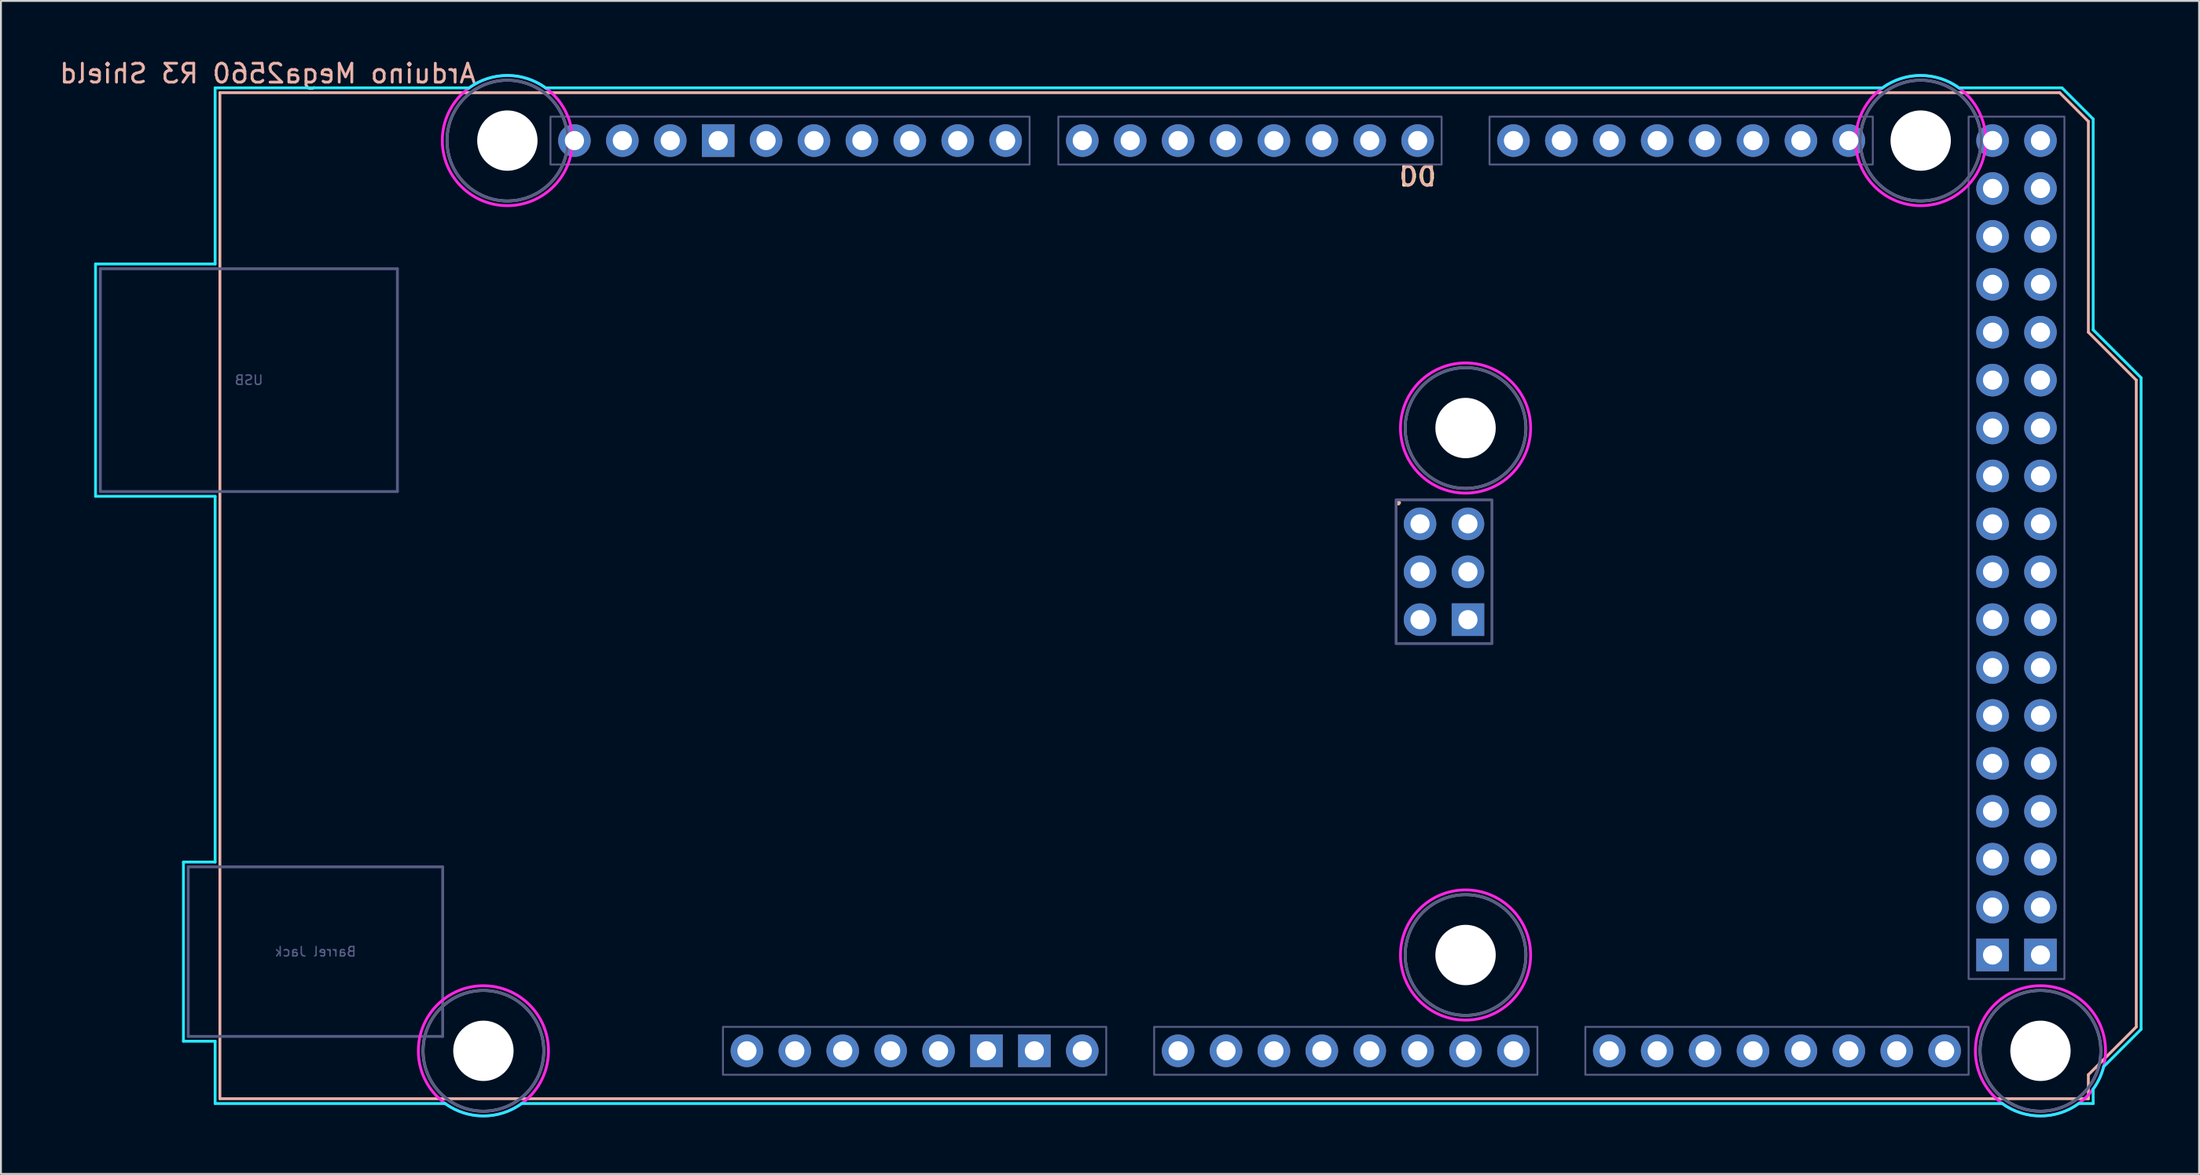
<source format=kicad_pcb>
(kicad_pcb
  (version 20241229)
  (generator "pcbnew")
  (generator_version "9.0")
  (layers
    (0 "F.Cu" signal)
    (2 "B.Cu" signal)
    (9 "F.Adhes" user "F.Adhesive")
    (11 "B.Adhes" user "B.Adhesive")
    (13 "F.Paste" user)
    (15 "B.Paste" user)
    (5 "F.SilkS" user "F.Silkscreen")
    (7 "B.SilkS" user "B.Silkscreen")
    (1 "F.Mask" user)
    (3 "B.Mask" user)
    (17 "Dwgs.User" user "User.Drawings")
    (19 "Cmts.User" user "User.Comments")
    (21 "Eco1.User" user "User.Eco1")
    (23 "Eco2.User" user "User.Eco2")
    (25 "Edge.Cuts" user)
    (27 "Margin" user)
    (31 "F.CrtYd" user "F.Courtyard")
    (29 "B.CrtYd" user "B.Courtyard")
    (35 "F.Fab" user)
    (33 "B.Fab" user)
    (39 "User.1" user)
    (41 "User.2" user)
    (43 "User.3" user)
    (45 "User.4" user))
  (footprint "Arduino Mega2560 R3 Shield"
    (layer "F.Cu")
    (at 8.609 55.204)
    (property "Reference" "Arduino Mega2560 R3 Shield" (at 2.54 -54.356 0) (layer "B.SilkS") (effects (font (size 1 1) (thickness 0.15)) (justify mirror)))
    (attr through_hole)
    (fp_line (start 0 -53.34) (end 0 0) (stroke (width 0.15) (type solid)) (layer "B.SilkS"))
    (fp_line (start 0 -53.34) (end 97.536 -53.34) (stroke (width 0.15) (type solid)) (layer "B.SilkS"))
    (fp_line (start 0 0) (end 99.06 0) (stroke (width 0.15) (type solid)) (layer "B.SilkS"))
    (fp_line (start 97.536 -53.34) (end 99.06 -51.816) (stroke (width 0.15) (type solid)) (layer "B.SilkS"))
    (fp_line (start 99.06 -40.64) (end 99.06 -51.816) (stroke (width 0.15) (type solid)) (layer "B.SilkS"))
    (fp_line (start 99.06 -1.27) (end 101.6 -3.81) (stroke (width 0.15) (type solid)) (layer "B.SilkS"))
    (fp_line (start 99.06 0) (end 99.06 -1.27) (stroke (width 0.15) (type solid)) (layer "B.SilkS"))
    (fp_line (start 101.6 -38.1) (end 99.06 -40.64) (stroke (width 0.15) (type solid)) (layer "B.SilkS"))
    (fp_line (start 101.6 -3.81) (end 101.6 -38.1) (stroke (width 0.15) (type solid)) (layer "B.SilkS"))
    (fp_line (start -6.594 -44.258) (end -0.254 -44.258) (stroke (width 0.15) (type solid)) (layer "B.CrtYd"))
    (fp_line (start -6.594 -31.94) (end -6.594 -44.258) (stroke (width 0.15) (type solid)) (layer "B.CrtYd"))
    (fp_line (start -1.934 -12.548) (end -1.934 -3.049) (stroke (width 0.15) (type solid)) (layer "B.CrtYd"))
    (fp_line (start -1.934 -12.548) (end -0.254 -12.548) (stroke (width 0.15) (type solid)) (layer "B.CrtYd"))
    (fp_line (start -1.934 -3.049) (end -0.254 -3.049) (stroke (width 0.15) (type solid)) (layer "B.CrtYd"))
    (fp_line (start -0.254 -53.594) (end -0.254 -44.258) (stroke (width 0.15) (type solid)) (layer "B.CrtYd"))
    (fp_line (start -0.254 -31.94) (end -6.594 -31.94) (stroke (width 0.15) (type solid)) (layer "B.CrtYd"))
    (fp_line (start -0.254 -31.94) (end -0.254 -12.548) (stroke (width 0.15) (type solid)) (layer "B.CrtYd"))
    (fp_line (start -0.254 -3.049) (end -0.254 0.254) (stroke (width 0.15) (type solid)) (layer "B.CrtYd"))
    (fp_line (start 11.938 0.254) (end -0.254 0.254) (stroke (width 0.15) (type solid)) (layer "B.CrtYd"))
    (fp_line (start 13.208 -53.594) (end -0.254 -53.594) (stroke (width 0.15) (type solid)) (layer "B.CrtYd"))
    (fp_line (start 16.002 0.254) (end 94.488 0.254) (stroke (width 0.15) (type solid)) (layer "B.CrtYd"))
    (fp_line (start 17.272 -53.594) (end 88.138 -53.594) (stroke (width 0.15) (type solid)) (layer "B.CrtYd"))
    (fp_line (start 97.663 -53.594) (end 92.202 -53.594) (stroke (width 0.15) (type solid)) (layer "B.CrtYd"))
    (fp_line (start 97.663 -53.594) (end 99.314 -51.943) (stroke (width 0.15) (type solid)) (layer "B.CrtYd"))
    (fp_line (start 99.314 -40.767) (end 99.314 -51.943) (stroke (width 0.15) (type solid)) (layer "B.CrtYd"))
    (fp_line (start 99.314 0.254) (end 98.552 0.254) (stroke (width 0.15) (type solid)) (layer "B.CrtYd"))
    (fp_line (start 99.314 0.254) (end 99.314 -0.508) (stroke (width 0.15) (type solid)) (layer "B.CrtYd"))
    (fp_line (start 99.873 -1.702) (end 101.854 -3.683) (stroke (width 0.15) (type solid)) (layer "B.CrtYd"))
    (fp_line (start 101.854 -38.227) (end 99.314 -40.767) (stroke (width 0.15) (type solid)) (layer "B.CrtYd"))
    (fp_line (start 101.854 -3.683) (end 101.854 -38.227) (stroke (width 0.15) (type solid)) (layer "B.CrtYd"))
    (fp_arc (start 13.208 -53.594) (mid 15.24 -54.254237) (end 17.272 -53.594) (stroke (width 0.15) (type solid)) (layer "B.CrtYd"))
    (fp_arc (start 16.002 0.254) (mid 13.97 0.914237) (end 11.938 0.254) (stroke (width 0.15) (type solid)) (layer "B.CrtYd"))
    (fp_arc (start 88.138 -53.594) (mid 90.17 -54.254237) (end 92.202 -53.594) (stroke (width 0.15) (type solid)) (layer "B.CrtYd"))
    (fp_arc (start 98.552 0.254) (mid 96.52 0.914237) (end 94.488 0.254) (stroke (width 0.15) (type solid)) (layer "B.CrtYd"))
    (fp_arc (start 99.8728 -1.7018) (mid 99.650925 -1.077973) (end 99.314 -0.508) (stroke (width 0.15) (type solid)) (layer "B.CrtYd"))
    (fp_circle (center 13.97 -2.54) (end 17.42 -2.54) (stroke (width 0.15) (type solid)) (fill no) (layer "F.CrtYd"))
    (fp_circle (center 15.24 -50.8) (end 18.69 -50.8) (stroke (width 0.15) (type solid)) (fill no) (layer "F.CrtYd"))
    (fp_circle (center 66.04 -35.56) (end 69.49 -35.56) (stroke (width 0.15) (type solid)) (fill no) (layer "F.CrtYd"))
    (fp_circle (center 66.04 -7.62) (end 69.49 -7.62) (stroke (width 0.15) (type solid)) (fill no) (layer "F.CrtYd"))
    (fp_circle (center 90.17 -50.8) (end 93.62 -50.8) (stroke (width 0.15) (type solid)) (fill no) (layer "F.CrtYd"))
    (fp_circle (center 96.52 -2.54) (end 99.97 -2.54) (stroke (width 0.15) (type solid)) (fill no) (layer "F.CrtYd"))
    (fp_line (start -6.34 -44.004) (end 9.41 -44.004) (stroke (width 0.15) (type solid)) (layer "B.Fab"))
    (fp_line (start -6.34 -32.194) (end -6.34 -44.004) (stroke (width 0.15) (type solid)) (layer "B.Fab"))
    (fp_line (start -6.34 -32.194) (end 9.41 -32.194) (stroke (width 0.15) (type solid)) (layer "B.Fab"))
    (fp_line (start -1.68 -12.294) (end -1.68 -3.303) (stroke (width 0.15) (type solid)) (layer "B.Fab"))
    (fp_line (start -1.68 -12.294) (end 11.81 -12.294) (stroke (width 0.15) (type solid)) (layer "B.Fab"))
    (fp_line (start -1.68 -3.303) (end 11.81 -3.303) (stroke (width 0.15) (type solid)) (layer "B.Fab"))
    (fp_line (start 9.41 -32.194) (end 9.41 -44.004) (stroke (width 0.15) (type solid)) (layer "B.Fab"))
    (fp_line (start 11.81 -12.294) (end 11.81 -3.303) (stroke (width 0.15) (type solid)) (layer "B.Fab"))
    (fp_rect (start 17.526 -52.07) (end 42.926 -49.53) (stroke (width 0.1) (type solid)) (fill no) (layer "B.Fab"))
    (fp_rect (start 26.67 -3.81) (end 46.99 -1.27) (stroke (width 0.1) (type solid)) (fill no) (layer "B.Fab"))
    (fp_rect (start 44.45 -52.07) (end 64.77 -49.53) (stroke (width 0.1) (type solid)) (fill no) (layer "B.Fab"))
    (fp_rect (start 49.53 -3.81) (end 69.85 -1.27) (stroke (width 0.1) (type solid)) (fill no) (layer "B.Fab"))
    (fp_rect (start 62.357 -31.75) (end 67.437 -24.13) (stroke (width 0.15) (type solid)) (fill no) (layer "B.Fab"))
    (fp_rect (start 67.31 -52.07) (end 87.63 -49.53) (stroke (width 0.1) (type solid)) (fill no) (layer "B.Fab"))
    (fp_rect (start 72.39 -3.81) (end 92.71 -1.27) (stroke (width 0.1) (type solid)) (fill no) (layer "B.Fab"))
    (fp_rect (start 92.71 -52.07) (end 97.79 -6.35) (stroke (width 0.1) (type solid)) (fill no) (layer "B.Fab"))
    (fp_circle (center 13.97 -2.54) (end 17.17 -2.54) (stroke (width 0.15) (type solid)) (fill no) (layer "B.Fab"))
    (fp_circle (center 15.24 -50.8) (end 18.44 -50.8) (stroke (width 0.15) (type solid)) (fill no) (layer "B.Fab"))
    (fp_circle (center 66.04 -35.56) (end 69.24 -35.56) (stroke (width 0.15) (type solid)) (fill no) (layer "B.Fab"))
    (fp_circle (center 66.04 -7.62) (end 69.24 -7.62) (stroke (width 0.15) (type solid)) (fill no) (layer "B.Fab"))
    (fp_circle (center 90.17 -50.8) (end 93.37 -50.8) (stroke (width 0.15) (type solid)) (fill no) (layer "B.Fab"))
    (fp_circle (center 96.52 -2.54) (end 99.72 -2.54) (stroke (width 0.15) (type solid)) (fill no) (layer "B.Fab"))
    (fp_circle (center 13.97 -2.54) (end 17.17 -2.54) (stroke (width 0.15) (type solid)) (fill no) (layer "F.Fab"))
    (fp_circle (center 15.24 -50.8) (end 18.44 -50.8) (stroke (width 0.15) (type solid)) (fill no) (layer "F.Fab"))
    (fp_circle (center 66.04 -35.56) (end 69.24 -35.56) (stroke (width 0.15) (type solid)) (fill no) (layer "F.Fab"))
    (fp_circle (center 66.04 -7.62) (end 69.24 -7.62) (stroke (width 0.15) (type solid)) (fill no) (layer "F.Fab"))
    (fp_circle (center 90.17 -50.8) (end 93.37 -50.8) (stroke (width 0.15) (type solid)) (fill no) (layer "F.Fab"))
    (fp_circle (center 96.52 -2.54) (end 99.72 -2.54) (stroke (width 0.15) (type solid)) (fill no) (layer "F.Fab"))
    (fp_text user "." (at 62.484 -32.004 0) (layer "F.SilkS") (effects (font (size 1 1) (thickness 0.15))))
    (fp_text user "D0" (at 63.5 -48.895 0) (unlocked yes) (layer "F.SilkS") (effects (font (size 1 1) (thickness 0.15))))
    (fp_text user "." (at 62.484 -32.004 0) (layer "B.SilkS") (effects (font (size 1 1) (thickness 0.15))))
    (fp_text user "D0" (at 63.5 -48.895 0) (unlocked yes) (layer "B.SilkS") (effects (font (size 1 1) (thickness 0.15)) (justify mirror)))
    (fp_text user "Barrel Jack" (at 5.065 -7.798 0) (layer "B.Fab") (effects (font (size 0.5 0.5) (thickness 0.075)) (justify mirror)))
    (fp_text user "USB" (at 1.535 -38.099 0) (layer "B.Fab") (effects (font (size 0.5 0.5) (thickness 0.075)) (justify mirror)))
    (pad "" np_thru_hole circle (at 13.97 -2.54) (size 3.2 3.2) (drill 3.2) (layers "*.Cu" "*.Mask"))
    (pad "" np_thru_hole circle (at 15.24 -50.8) (size 3.2 3.2) (drill 3.2) (layers "*.Cu" "*.Mask"))
    (pad "" thru_hole oval (at 27.94 -2.54) (size 1.727 1.727) (drill 1.016) (layers "*.Cu" "*.Mask"))
    (pad "" np_thru_hole circle (at 66.04 -35.56) (size 3.2 3.2) (drill 3.2) (layers "*.Cu" "*.Mask"))
    (pad "" np_thru_hole circle (at 66.04 -7.62) (size 3.2 3.2) (drill 3.2) (layers "*.Cu" "*.Mask"))
    (pad "" np_thru_hole circle (at 90.17 -50.8) (size 3.2 3.2) (drill 3.2) (layers "*.Cu" "*.Mask"))
    (pad "" np_thru_hole circle (at 96.52 -2.54) (size 3.2 3.2) (drill 3.2) (layers "*.Cu" "*.Mask"))
    (pad "3V3" thru_hole oval (at 35.56 -2.54) (size 1.727 1.727) (drill 1.016) (layers "*.Cu" "*.Mask"))
    (pad "5V1" thru_hole oval (at 38.1 -2.54) (size 1.727 1.727) (drill 1.016) (layers "*.Cu" "*.Mask"))
    (pad "5V2" thru_hole oval (at 66.167 -30.48) (size 1.727 1.727) (drill 1.016) (layers "*.Cu" "*.Mask"))
    (pad "5V3" thru_hole oval (at 93.98 -50.8) (size 1.727 1.727) (drill 1.016) (layers "*.Cu" "*.Mask"))
    (pad "5V4" thru_hole oval (at 96.52 -50.8) (size 1.727 1.727) (drill 1.016) (layers "*.Cu" "*.Mask"))
    (pad "A0" thru_hole oval (at 50.8 -2.54) (size 1.727 1.727) (drill 1.016) (layers "*.Cu" "*.Mask"))
    (pad "A1" thru_hole oval (at 53.34 -2.54) (size 1.727 1.727) (drill 1.016) (layers "*.Cu" "*.Mask"))
    (pad "A2" thru_hole oval (at 55.88 -2.54) (size 1.727 1.727) (drill 1.016) (layers "*.Cu" "*.Mask"))
    (pad "A3" thru_hole oval (at 58.42 -2.54) (size 1.727 1.727) (drill 1.016) (layers "*.Cu" "*.Mask"))
    (pad "A4" thru_hole oval (at 60.96 -2.54) (size 1.727 1.727) (drill 1.016) (layers "*.Cu" "*.Mask"))
    (pad "A5" thru_hole oval (at 63.5 -2.54) (size 1.727 1.727) (drill 1.016) (layers "*.Cu" "*.Mask"))
    (pad "A6" thru_hole oval (at 66.04 -2.54) (size 1.727 1.727) (drill 1.016) (layers "*.Cu" "*.Mask"))
    (pad "A7" thru_hole oval (at 68.58 -2.54) (size 1.727 1.727) (drill 1.016) (layers "*.Cu" "*.Mask"))
    (pad "A8" thru_hole oval (at 73.66 -2.54) (size 1.727 1.727) (drill 1.016) (layers "*.Cu" "*.Mask"))
    (pad "A9" thru_hole oval (at 76.2 -2.54) (size 1.727 1.727) (drill 1.016) (layers "*.Cu" "*.Mask"))
    (pad "A10" thru_hole oval (at 78.74 -2.54) (size 1.727 1.727) (drill 1.016) (layers "*.Cu" "*.Mask"))
    (pad "A11" thru_hole oval (at 81.28 -2.54) (size 1.727 1.727) (drill 1.016) (layers "*.Cu" "*.Mask"))
    (pad "A12" thru_hole oval (at 83.82 -2.54) (size 1.727 1.727) (drill 1.016) (layers "*.Cu" "*.Mask"))
    (pad "A13" thru_hole oval (at 86.36 -2.54) (size 1.727 1.727) (drill 1.016) (layers "*.Cu" "*.Mask"))
    (pad "A14" thru_hole oval (at 88.9 -2.54) (size 1.727 1.727) (drill 1.016) (layers "*.Cu" "*.Mask"))
    (pad "A15" thru_hole oval (at 91.44 -2.54) (size 1.727 1.727) (drill 1.016) (layers "*.Cu" "*.Mask"))
    (pad "AREF" thru_hole oval (at 23.876 -50.8) (size 1.727 1.727) (drill 1.016) (layers "*.Cu" "*.Mask"))
    (pad "D0" thru_hole oval (at 63.5 -50.8) (size 1.727 1.727) (drill 1.016) (layers "*.Cu" "*.Mask"))
    (pad "D1" thru_hole oval (at 60.96 -50.8) (size 1.727 1.727) (drill 1.016) (layers "*.Cu" "*.Mask"))
    (pad "D2" thru_hole oval (at 58.42 -50.8) (size 1.727 1.727) (drill 1.016) (layers "*.Cu" "*.Mask"))
    (pad "D3" thru_hole oval (at 55.88 -50.8) (size 1.727 1.727) (drill 1.016) (layers "*.Cu" "*.Mask"))
    (pad "D4" thru_hole oval (at 53.34 -50.8) (size 1.727 1.727) (drill 1.016) (layers "*.Cu" "*.Mask"))
    (pad "D5" thru_hole oval (at 50.8 -50.8) (size 1.727 1.727) (drill 1.016) (layers "*.Cu" "*.Mask"))
    (pad "D6" thru_hole oval (at 48.26 -50.8) (size 1.727 1.727) (drill 1.016) (layers "*.Cu" "*.Mask"))
    (pad "D7" thru_hole oval (at 45.72 -50.8) (size 1.727 1.727) (drill 1.016) (layers "*.Cu" "*.Mask"))
    (pad "D8" thru_hole oval (at 41.656 -50.8) (size 1.727 1.727) (drill 1.016) (layers "*.Cu" "*.Mask"))
    (pad "D9" thru_hole oval (at 39.116 -50.8) (size 1.727 1.727) (drill 1.016) (layers "*.Cu" "*.Mask"))
    (pad "D10" thru_hole oval (at 36.576 -50.8) (size 1.727 1.727) (drill 1.016) (layers "*.Cu" "*.Mask"))
    (pad "D11" thru_hole oval (at 34.036 -50.8) (size 1.727 1.727) (drill 1.016) (layers "*.Cu" "*.Mask"))
    (pad "D12" thru_hole oval (at 31.496 -50.8) (size 1.727 1.727) (drill 1.016) (layers "*.Cu" "*.Mask"))
    (pad "D13" thru_hole oval (at 28.956 -50.8) (size 1.727 1.727) (drill 1.016) (layers "*.Cu" "*.Mask"))
    (pad "D14" thru_hole oval (at 68.58 -50.8) (size 1.727 1.727) (drill 1.016) (layers "*.Cu" "*.Mask"))
    (pad "D15" thru_hole oval (at 71.12 -50.8) (size 1.727 1.727) (drill 1.016) (layers "*.Cu" "*.Mask"))
    (pad "D16" thru_hole oval (at 73.66 -50.8) (size 1.727 1.727) (drill 1.016) (layers "*.Cu" "*.Mask"))
    (pad "D17" thru_hole oval (at 76.2 -50.8) (size 1.727 1.727) (drill 1.016) (layers "*.Cu" "*.Mask"))
    (pad "D18" thru_hole oval (at 78.74 -50.8) (size 1.727 1.727) (drill 1.016) (layers "*.Cu" "*.Mask"))
    (pad "D19" thru_hole oval (at 81.28 -50.8) (size 1.727 1.727) (drill 1.016) (layers "*.Cu" "*.Mask"))
    (pad "D20" thru_hole oval (at 83.82 -50.8) (size 1.727 1.727) (drill 1.016) (layers "*.Cu" "*.Mask"))
    (pad "D21" thru_hole oval (at 86.36 -50.8) (size 1.727 1.727) (drill 1.016) (layers "*.Cu" "*.Mask"))
    (pad "D22" thru_hole oval (at 93.98 -48.26) (size 1.727 1.727) (drill 1.016) (layers "*.Cu" "*.Mask"))
    (pad "D23" thru_hole oval (at 96.52 -48.26) (size 1.727 1.727) (drill 1.016) (layers "*.Cu" "*.Mask"))
    (pad "D24" thru_hole oval (at 93.98 -45.72) (size 1.727 1.727) (drill 1.016) (layers "*.Cu" "*.Mask"))
    (pad "D25" thru_hole oval (at 96.52 -45.72) (size 1.727 1.727) (drill 1.016) (layers "*.Cu" "*.Mask"))
    (pad "D26" thru_hole oval (at 93.98 -43.18) (size 1.727 1.727) (drill 1.016) (layers "*.Cu" "*.Mask"))
    (pad "D27" thru_hole oval (at 96.52 -43.18) (size 1.727 1.727) (drill 1.016) (layers "*.Cu" "*.Mask"))
    (pad "D28" thru_hole oval (at 93.98 -40.64) (size 1.727 1.727) (drill 1.016) (layers "*.Cu" "*.Mask"))
    (pad "D29" thru_hole oval (at 96.52 -40.64) (size 1.727 1.727) (drill 1.016) (layers "*.Cu" "*.Mask"))
    (pad "D30" thru_hole oval (at 93.98 -38.1) (size 1.727 1.727) (drill 1.016) (layers "*.Cu" "*.Mask"))
    (pad "D31" thru_hole oval (at 96.52 -38.1) (size 1.727 1.727) (drill 1.016) (layers "*.Cu" "*.Mask"))
    (pad "D32" thru_hole oval (at 93.98 -35.56) (size 1.727 1.727) (drill 1.016) (layers "*.Cu" "*.Mask"))
    (pad "D33" thru_hole oval (at 96.52 -35.56) (size 1.727 1.727) (drill 1.016) (layers "*.Cu" "*.Mask"))
    (pad "D34" thru_hole oval (at 93.98 -33.02) (size 1.727 1.727) (drill 1.016) (layers "*.Cu" "*.Mask"))
    (pad "D35" thru_hole oval (at 96.52 -33.02) (size 1.727 1.727) (drill 1.016) (layers "*.Cu" "*.Mask"))
    (pad "D36" thru_hole oval (at 93.98 -30.48) (size 1.727 1.727) (drill 1.016) (layers "*.Cu" "*.Mask"))
    (pad "D37" thru_hole oval (at 96.52 -30.48) (size 1.727 1.727) (drill 1.016) (layers "*.Cu" "*.Mask"))
    (pad "D38" thru_hole oval (at 93.98 -27.94) (size 1.727 1.727) (drill 1.016) (layers "*.Cu" "*.Mask"))
    (pad "D39" thru_hole oval (at 96.52 -27.94) (size 1.727 1.727) (drill 1.016) (layers "*.Cu" "*.Mask"))
    (pad "D40" thru_hole oval (at 93.98 -25.4) (size 1.727 1.727) (drill 1.016) (layers "*.Cu" "*.Mask"))
    (pad "D41" thru_hole oval (at 96.52 -25.4) (size 1.727 1.727) (drill 1.016) (layers "*.Cu" "*.Mask"))
    (pad "D42" thru_hole oval (at 93.98 -22.86) (size 1.727 1.727) (drill 1.016) (layers "*.Cu" "*.Mask"))
    (pad "D43" thru_hole oval (at 96.52 -22.86) (size 1.727 1.727) (drill 1.016) (layers "*.Cu" "*.Mask"))
    (pad "D44" thru_hole oval (at 93.98 -20.32) (size 1.727 1.727) (drill 1.016) (layers "*.Cu" "*.Mask"))
    (pad "D45" thru_hole oval (at 96.52 -20.32) (size 1.727 1.727) (drill 1.016) (layers "*.Cu" "*.Mask"))
    (pad "D46" thru_hole oval (at 93.98 -17.78) (size 1.727 1.727) (drill 1.016) (layers "*.Cu" "*.Mask"))
    (pad "D47" thru_hole oval (at 96.52 -17.78) (size 1.727 1.727) (drill 1.016) (layers "*.Cu" "*.Mask"))
    (pad "D48" thru_hole oval (at 93.98 -15.24) (size 1.727 1.727) (drill 1.016) (layers "*.Cu" "*.Mask"))
    (pad "D49" thru_hole oval (at 96.52 -15.24) (size 1.727 1.727) (drill 1.016) (layers "*.Cu" "*.Mask"))
    (pad "D50" thru_hole oval (at 93.98 -12.7) (size 1.727 1.727) (drill 1.016) (layers "*.Cu" "*.Mask"))
    (pad "D51" thru_hole oval (at 96.52 -12.7) (size 1.727 1.727) (drill 1.016) (layers "*.Cu" "*.Mask"))
    (pad "D52" thru_hole oval (at 93.98 -10.16) (size 1.727 1.727) (drill 1.016) (layers "*.Cu" "*.Mask"))
    (pad "D53" thru_hole oval (at 96.52 -10.16) (size 1.727 1.727) (drill 1.016) (layers "*.Cu" "*.Mask"))
    (pad "GND1" thru_hole rect (at 26.416 -50.8) (size 1.727 1.727) (drill 1.016) (layers "*.Cu" "*.Mask"))
    (pad "GND2" thru_hole rect (at 40.64 -2.54) (size 1.727 1.727) (drill 1.016) (layers "*.Cu" "*.Mask"))
    (pad "GND3" thru_hole rect (at 43.18 -2.54) (size 1.727 1.727) (drill 1.016) (layers "*.Cu" "*.Mask"))
    (pad "GND4" thru_hole rect (at 66.167 -25.4) (size 1.727 1.727) (drill 1.016) (layers "*.Cu" "*.Mask"))
    (pad "GND5" thru_hole rect (at 93.98 -7.62) (size 1.727 1.727) (drill 1.016) (layers "*.Cu" "*.Mask"))
    (pad "GND6" thru_hole rect (at 96.52 -7.62) (size 1.727 1.727) (drill 1.016) (layers "*.Cu" "*.Mask"))
    (pad "IORF" thru_hole oval (at 30.48 -2.54) (size 1.727 1.727) (drill 1.016) (layers "*.Cu" "*.Mask"))
    (pad "MISO" thru_hole oval (at 63.627 -30.48) (size 1.727 1.727) (drill 1.016) (layers "*.Cu" "*.Mask"))
    (pad "MOSI" thru_hole oval (at 66.167 -27.94) (size 1.727 1.727) (drill 1.016) (layers "*.Cu" "*.Mask"))
    (pad "RST1" thru_hole oval (at 33.02 -2.54) (size 1.727 1.727) (drill 1.016) (layers "*.Cu" "*.Mask"))
    (pad "RST2" thru_hole oval (at 63.627 -25.4) (size 1.727 1.727) (drill 1.016) (layers "*.Cu" "*.Mask"))
    (pad "SCK" thru_hole oval (at 63.627 -27.94) (size 1.727 1.727) (drill 1.016) (layers "*.Cu" "*.Mask"))
    (pad "SCL" thru_hole oval (at 18.796 -50.8) (size 1.727 1.727) (drill 1.016) (layers "*.Cu" "*.Mask"))
    (pad "SDA" thru_hole oval (at 21.336 -50.8) (size 1.727 1.727) (drill 1.016) (layers "*.Cu" "*.Mask"))
    (pad "VIN" thru_hole oval (at 45.72 -2.54) (size 1.727 1.727) (drill 1.016) (layers "*.Cu" "*.Mask")))
  (gr_rect
    (start -3 -3)
    (end 113.538 59.193)
    (stroke (width 0.1) (type default))
    (fill no)
    (layer "Edge.Cuts")))
</source>
